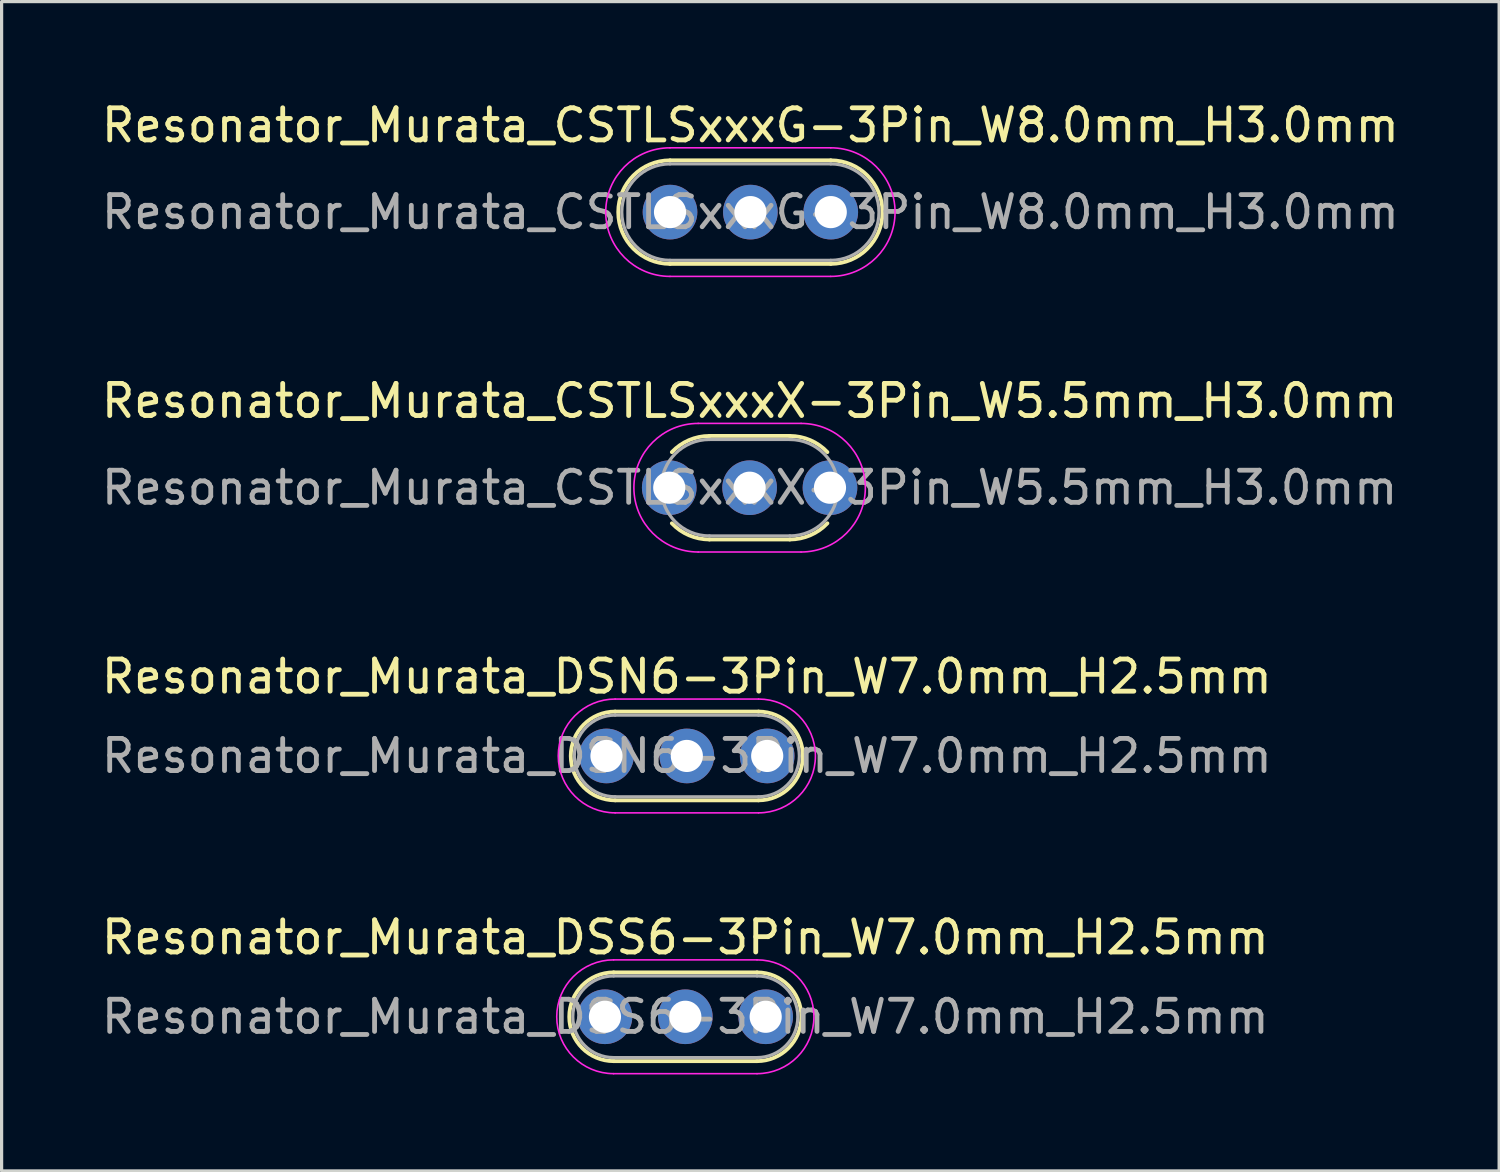
<source format=kicad_pcb>
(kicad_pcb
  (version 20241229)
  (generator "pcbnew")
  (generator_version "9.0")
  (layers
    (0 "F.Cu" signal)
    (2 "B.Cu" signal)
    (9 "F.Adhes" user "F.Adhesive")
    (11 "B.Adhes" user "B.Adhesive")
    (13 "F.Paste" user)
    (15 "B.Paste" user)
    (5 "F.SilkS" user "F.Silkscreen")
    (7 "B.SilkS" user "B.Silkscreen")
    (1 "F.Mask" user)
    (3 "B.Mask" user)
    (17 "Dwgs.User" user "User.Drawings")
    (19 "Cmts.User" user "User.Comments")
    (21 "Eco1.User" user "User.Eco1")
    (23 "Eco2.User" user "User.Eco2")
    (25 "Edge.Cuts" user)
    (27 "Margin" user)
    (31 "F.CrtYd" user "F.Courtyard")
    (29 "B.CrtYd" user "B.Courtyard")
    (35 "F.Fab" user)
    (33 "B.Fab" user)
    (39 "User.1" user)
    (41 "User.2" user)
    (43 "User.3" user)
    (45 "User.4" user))
  (footprint "Resonator_Murata_DSS6-3Pin_W7.0mm_H2.5mm"
    (layer "F.Cu")
    (at 15.768 28.578)
    (property "Reference" "Resonator_Murata_DSS6-3Pin_W7.0mm_H2.5mm" (at 2.5 -2.47 0) (layer "F.SilkS") (effects (font (size 1 1) (thickness 0.15))))
    (attr through_hole)
    (fp_line (start 0.27 -1.38) (end 4.73 -1.38) (stroke (width 0.12) (type solid)) (layer "F.SilkS"))
    (fp_line (start 0.27 1.38) (end 4.73 1.38) (stroke (width 0.12) (type solid)) (layer "F.SilkS"))
    (fp_arc (start 0.27 1.38) (mid -1.11 0) (end 0.27 -1.38) (stroke (width 0.12) (type solid)) (layer "F.SilkS"))
    (fp_arc (start 4.73 -1.38) (mid 6.11 0) (end 4.73 1.38) (stroke (width 0.12) (type solid)) (layer "F.SilkS"))
    (fp_line (start 0.27 -1.77) (end 4.73 -1.77) (stroke (width 0.05) (type solid)) (layer "F.CrtYd"))
    (fp_line (start 0.27 1.77) (end 4.73 1.77) (stroke (width 0.05) (type solid)) (layer "F.CrtYd"))
    (fp_arc (start 0.27 1.77) (mid -1.5 0) (end 0.27 -1.77) (stroke (width 0.05) (type solid)) (layer "F.CrtYd"))
    (fp_arc (start 4.73 -1.77) (mid 6.5 0) (end 4.73 1.77) (stroke (width 0.05) (type solid)) (layer "F.CrtYd"))
    (fp_line (start 0.27 -1.27) (end 4.73 -1.27) (stroke (width 0.1) (type solid)) (layer "F.Fab"))
    (fp_line (start 0.27 1.27) (end 4.73 1.27) (stroke (width 0.1) (type solid)) (layer "F.Fab"))
    (fp_arc (start 0.27 1.27) (mid -1 0) (end 0.27 -1.27) (stroke (width 0.1) (type solid)) (layer "F.Fab"))
    (fp_arc (start 4.73 -1.27) (mid 6 0) (end 4.73 1.27) (stroke (width 0.1) (type solid)) (layer "F.Fab"))
    (fp_text user "${REFERENCE}" (at 2.5 0 0) (layer "F.Fab") (effects (font (size 1 1) (thickness 0.15))))
    (pad "1" thru_hole circle (at 0 0) (size 1.7 1.7) (drill 1) (layers "*.Cu" "*.Mask"))
    (pad "2" thru_hole circle (at 2.5 0) (size 1.7 1.7) (drill 1) (layers "*.Cu" "*.Mask"))
    (pad "3" thru_hole circle (at 5 0) (size 1.7 1.7) (drill 1) (layers "*.Cu" "*.Mask")))
  (footprint "Resonator_Murata_DSN6-3Pin_W7.0mm_H2.5mm"
    (layer "F.Cu")
    (at 15.815 20.465)
    (property "Reference" "Resonator_Murata_DSN6-3Pin_W7.0mm_H2.5mm" (at 2.5 -2.47 0) (layer "F.SilkS") (effects (font (size 1 1) (thickness 0.15))))
    (attr through_hole)
    (fp_line (start 0.27 -1.38) (end 4.73 -1.38) (stroke (width 0.12) (type solid)) (layer "F.SilkS"))
    (fp_line (start 0.27 1.38) (end 4.73 1.38) (stroke (width 0.12) (type solid)) (layer "F.SilkS"))
    (fp_arc (start 0.27 1.38) (mid -1.11 0) (end 0.27 -1.38) (stroke (width 0.12) (type solid)) (layer "F.SilkS"))
    (fp_arc (start 4.73 -1.38) (mid 6.11 0) (end 4.73 1.38) (stroke (width 0.12) (type solid)) (layer "F.SilkS"))
    (fp_line (start 0.27 -1.77) (end 4.73 -1.77) (stroke (width 0.05) (type solid)) (layer "F.CrtYd"))
    (fp_line (start 0.27 1.77) (end 4.73 1.77) (stroke (width 0.05) (type solid)) (layer "F.CrtYd"))
    (fp_arc (start 0.27 1.77) (mid -1.5 0) (end 0.27 -1.77) (stroke (width 0.05) (type solid)) (layer "F.CrtYd"))
    (fp_arc (start 4.73 -1.77) (mid 6.5 0) (end 4.73 1.77) (stroke (width 0.05) (type solid)) (layer "F.CrtYd"))
    (fp_line (start 0.27 -1.27) (end 4.73 -1.27) (stroke (width 0.1) (type solid)) (layer "F.Fab"))
    (fp_line (start 0.27 1.27) (end 4.73 1.27) (stroke (width 0.1) (type solid)) (layer "F.Fab"))
    (fp_arc (start 0.27 1.27) (mid -1 0) (end 0.27 -1.27) (stroke (width 0.1) (type solid)) (layer "F.Fab"))
    (fp_arc (start 4.73 -1.27) (mid 6 0) (end 4.73 1.27) (stroke (width 0.1) (type solid)) (layer "F.Fab"))
    (fp_text user "${REFERENCE}" (at 2.5 0 0) (layer "F.Fab") (effects (font (size 1 1) (thickness 0.15))))
    (pad "1" thru_hole circle (at 0 0) (size 1.7 1.7) (drill 1) (layers "*.Cu" "*.Mask"))
    (pad "2" thru_hole circle (at 2.5 0) (size 1.7 1.7) (drill 1) (layers "*.Cu" "*.Mask"))
    (pad "3" thru_hole circle (at 5 0) (size 1.7 1.7) (drill 1) (layers "*.Cu" "*.Mask")))
  (footprint "Resonator_Murata_CSTLSxxxG-3Pin_W8.0mm_H3.0mm"
    (layer "F.Cu")
    (at 17.792 3.548)
    (property "Reference" "Resonator_Murata_CSTLSxxxG-3Pin_W8.0mm_H3.0mm" (at 2.5 -2.7 0) (layer "F.SilkS") (effects (font (size 1 1) (thickness 0.15))))
    (attr through_hole)
    (fp_line (start 0 -1.61) (end 5 -1.61) (stroke (width 0.12) (type solid)) (layer "F.SilkS"))
    (fp_line (start 0 1.61) (end 5 1.61) (stroke (width 0.12) (type solid)) (layer "F.SilkS"))
    (fp_arc (start 0 1.61) (mid -1.61 0) (end 0 -1.61) (stroke (width 0.12) (type solid)) (layer "F.SilkS"))
    (fp_arc (start 5 -1.61) (mid 6.61 0) (end 5 1.61) (stroke (width 0.12) (type solid)) (layer "F.SilkS"))
    (fp_line (start 0 -2) (end 5 -2) (stroke (width 0.05) (type solid)) (layer "F.CrtYd"))
    (fp_line (start 0 2) (end 5 2) (stroke (width 0.05) (type solid)) (layer "F.CrtYd"))
    (fp_arc (start 0 2) (mid -2 0) (end 0 -2) (stroke (width 0.05) (type solid)) (layer "F.CrtYd"))
    (fp_arc (start 5 -2) (mid 7 0) (end 5 2) (stroke (width 0.05) (type solid)) (layer "F.CrtYd"))
    (fp_line (start 0 -1.5) (end 5 -1.5) (stroke (width 0.1) (type solid)) (layer "F.Fab"))
    (fp_line (start 0 1.5) (end 5 1.5) (stroke (width 0.1) (type solid)) (layer "F.Fab"))
    (fp_arc (start 0 1.5) (mid -1.5 0) (end 0 -1.5) (stroke (width 0.1) (type solid)) (layer "F.Fab"))
    (fp_arc (start 5 -1.5) (mid 6.5 0) (end 5 1.5) (stroke (width 0.1) (type solid)) (layer "F.Fab"))
    (fp_text user "${REFERENCE}" (at 2.5 0 0) (layer "F.Fab") (effects (font (size 1 1) (thickness 0.15))))
    (pad "1" thru_hole circle (at 0 0) (size 1.7 1.7) (drill 1) (layers "*.Cu" "*.Mask"))
    (pad "2" thru_hole circle (at 2.5 0) (size 1.7 1.7) (drill 1) (layers "*.Cu" "*.Mask"))
    (pad "3" thru_hole circle (at 5 0) (size 1.7 1.7) (drill 1) (layers "*.Cu" "*.Mask")))
  (footprint "Resonator_Murata_CSTLSxxxX-3Pin_W5.5mm_H3.0mm"
    (layer "F.Cu")
    (at 17.768 12.121)
    (property "Reference" "Resonator_Murata_CSTLSxxxX-3Pin_W5.5mm_H3.0mm" (at 2.5 -2.7 0) (layer "F.SilkS") (effects (font (size 1 1) (thickness 0.15))))
    (attr through_hole)
    (fp_line (start 1.25 -1.61) (end 3.75 -1.61) (stroke (width 0.12) (type solid)) (layer "F.SilkS"))
    (fp_line (start 1.25 1.61) (end 3.75 1.61) (stroke (width 0.12) (type solid)) (layer "F.SilkS"))
    (fp_arc (start 0.081 -1.107) (mid 0.613705 -1.478873) (end 1.25 -1.61) (stroke (width 0.12) (type solid)) (layer "F.SilkS"))
    (fp_arc (start 1.25 1.61) (mid 0.613705 1.478873) (end 0.081 1.107) (stroke (width 0.12) (type solid)) (layer "F.SilkS"))
    (fp_arc (start 3.75 -1.61) (mid 4.386295 -1.478873) (end 4.919 -1.107) (stroke (width 0.12) (type solid)) (layer "F.SilkS"))
    (fp_arc (start 4.919 1.107) (mid 4.386295 1.478873) (end 3.75 1.61) (stroke (width 0.12) (type solid)) (layer "F.SilkS"))
    (fp_line (start 0.9 -2) (end 4.1 -2) (stroke (width 0.05) (type solid)) (layer "F.CrtYd"))
    (fp_line (start 0.9 2) (end 4.1 2) (stroke (width 0.05) (type solid)) (layer "F.CrtYd"))
    (fp_arc (start 0.9 2) (mid -1.1 0) (end 0.9 -2) (stroke (width 0.05) (type solid)) (layer "F.CrtYd"))
    (fp_arc (start 4.1 -2) (mid 6.1 0) (end 4.1 2) (stroke (width 0.05) (type solid)) (layer "F.CrtYd"))
    (fp_line (start 1.25 -1.5) (end 3.75 -1.5) (stroke (width 0.1) (type solid)) (layer "F.Fab"))
    (fp_line (start 1.25 1.5) (end 3.75 1.5) (stroke (width 0.1) (type solid)) (layer "F.Fab"))
    (fp_arc (start 1.25 1.5) (mid -0.25 0) (end 1.25 -1.5) (stroke (width 0.1) (type solid)) (layer "F.Fab"))
    (fp_arc (start 3.75 -1.5) (mid 5.25 0) (end 3.75 1.5) (stroke (width 0.1) (type solid)) (layer "F.Fab"))
    (fp_text user "${REFERENCE}" (at 2.5 0 0) (layer "F.Fab") (effects (font (size 1 1) (thickness 0.15))))
    (pad "1" thru_hole circle (at 0 0) (size 1.7 1.7) (drill 1) (layers "*.Cu" "*.Mask"))
    (pad "2" thru_hole circle (at 2.5 0) (size 1.7 1.7) (drill 1) (layers "*.Cu" "*.Mask"))
    (pad "3" thru_hole circle (at 5 0) (size 1.7 1.7) (drill 1) (layers "*.Cu" "*.Mask")))
  (gr_rect
    (start -3 -3)
    (end 43.583 33.373)
    (stroke (width 0.1) (type default))
    (fill no)
    (layer "Edge.Cuts")))
</source>
